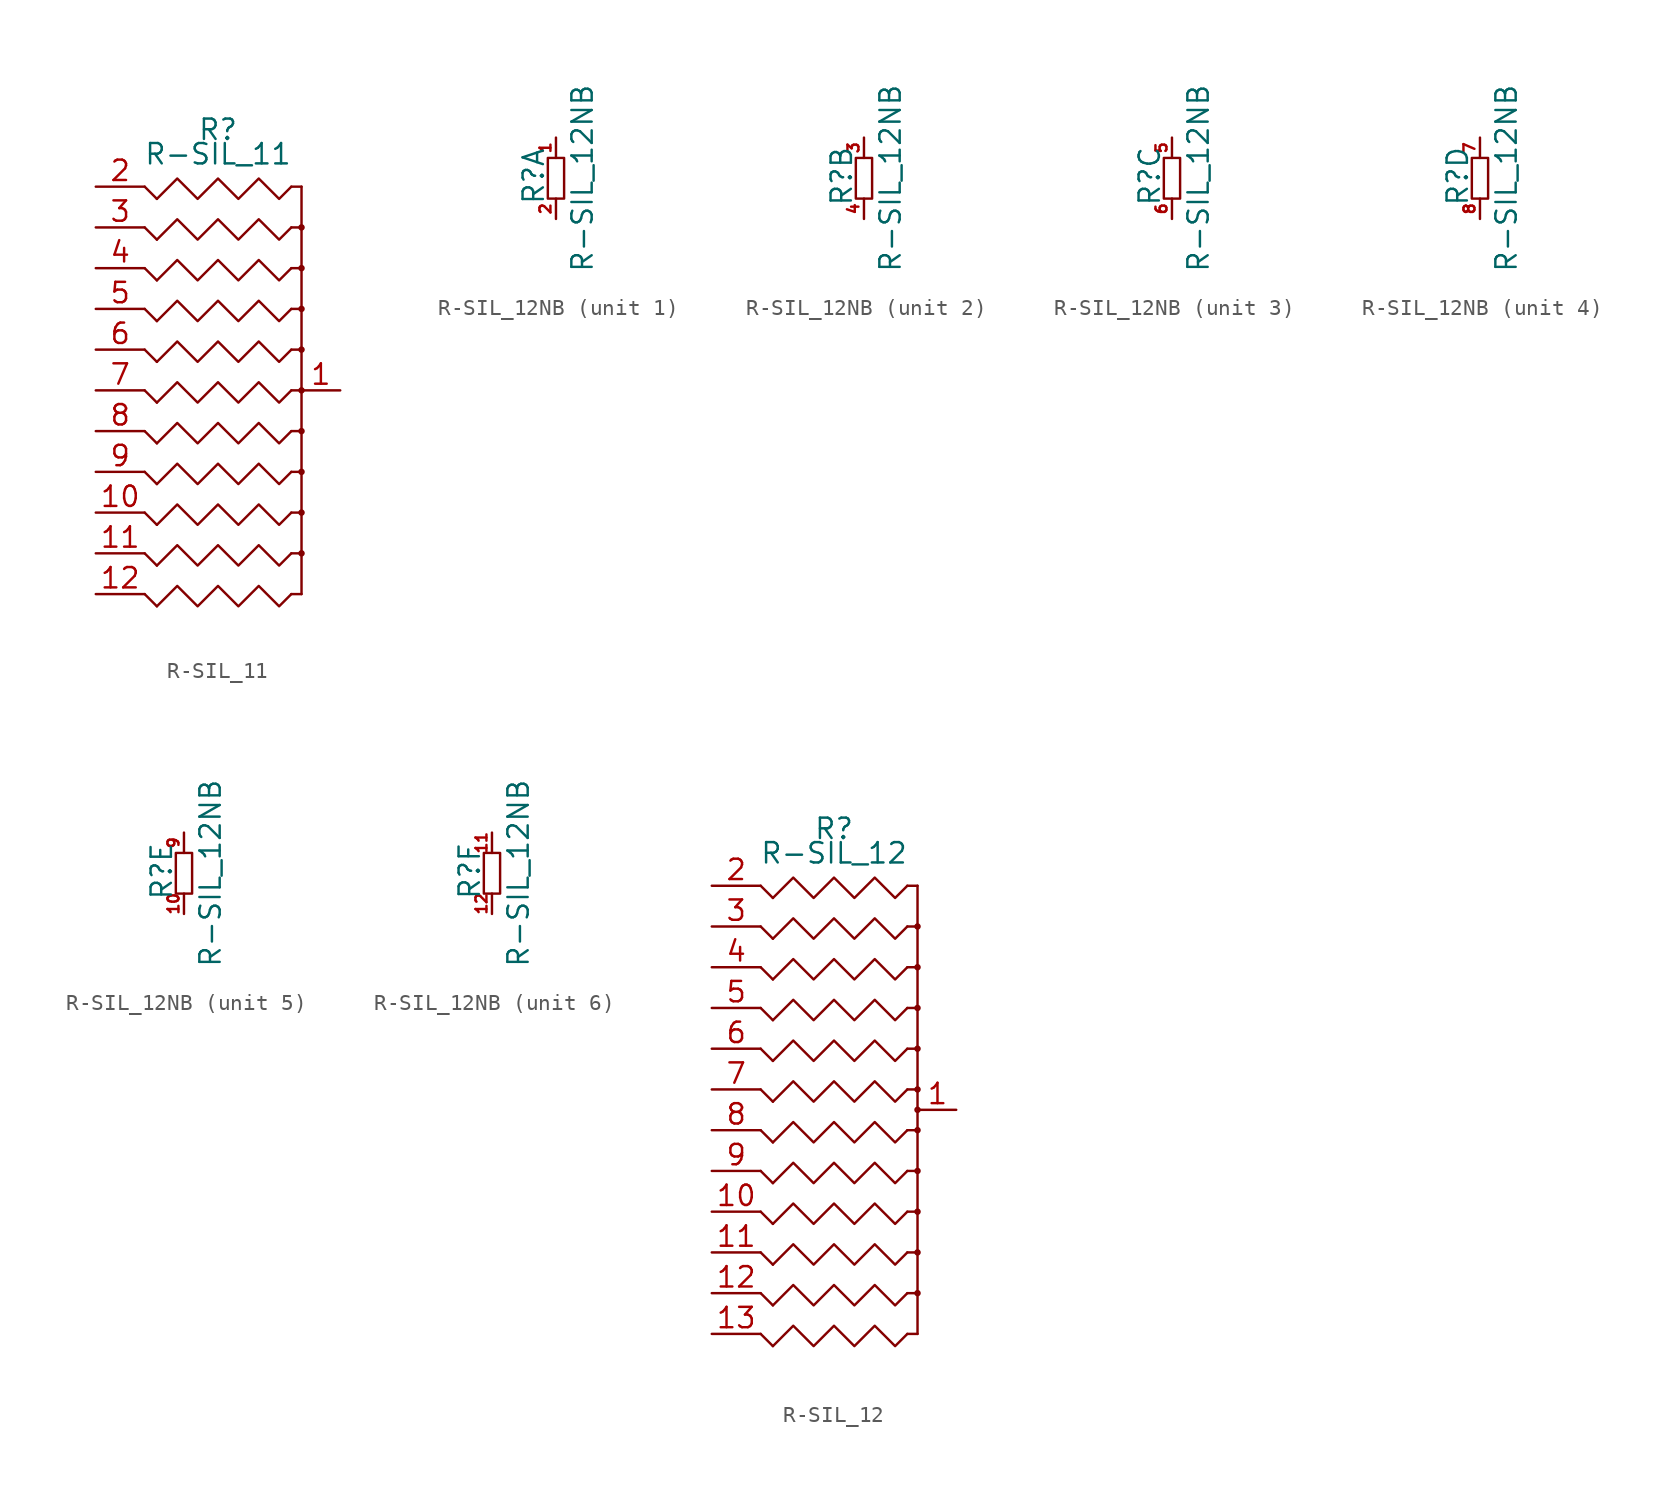
<source format=kicad_sym>
(kicad_symbol_lib
  (version 20220914)
  (generator kicad_symbol_editor)
  (symbol "R-SIL_11"
    (pin_names
      (offset 0) hide)
    (property "Reference" "R"
      (at 0 16.256 0)
      (effects (font (size 1.27 1.27))))
    (property "Value" "R-SIL_11"
      (at 0 14.732 0)
      (effects (font (size 1.27 1.27))))
    (property "Footprint" ""
      (at 0 0 0)
      (effects (font (size 1.524 1.524))))
    (property "Datasheet" ""
      (at 0 0 0)
      (effects (font (size 1.524 1.524))))
    (symbol "R-SIL_11_0_1"
      (polyline (pts (xy 5.207 -12.7) (xy 4.572 -12.7)) (stroke (width 0) (type solid)) (fill (type none)))
      (polyline (pts (xy 5.207 -12.7) (xy 5.207 12.7)) (stroke (width 0) (type solid)) (fill (type none)))
      (polyline (pts (xy 5.207 -10.16) (xy 4.572 -10.16)) (stroke (width 0) (type solid)) (fill (type none)))
      (polyline (pts (xy 5.207 -7.62) (xy 4.572 -7.62)) (stroke (width 0) (type solid)) (fill (type none)))
      (polyline (pts (xy 5.207 -5.08) (xy 4.572 -5.08)) (stroke (width 0) (type solid)) (fill (type none)))
      (polyline (pts (xy 5.207 5.08) (xy 4.572 5.08)) (stroke (width 0) (type solid)) (fill (type none)))
      (polyline (pts (xy 5.207 12.7) (xy 4.572 12.7)) (stroke (width 0) (type solid)) (fill (type none)))
      (polyline (pts (xy -3.81 -13.462) (xy -4.572 -12.7) (xy -4.572 -12.7)) (stroke (width 0) (type solid)) (fill (type none)))
      (polyline (pts (xy -3.81 -10.922) (xy -4.572 -10.16) (xy -4.572 -10.16)) (stroke (width 0) (type solid)) (fill (type none)))
      (polyline (pts (xy -3.81 -8.382) (xy -4.572 -7.62) (xy -4.572 -7.62)) (stroke (width 0) (type solid)) (fill (type none)))
      (polyline (pts (xy -3.81 -5.842) (xy -4.572 -5.08) (xy -4.572 -5.08)) (stroke (width 0) (type solid)) (fill (type none)))
      (polyline (pts (xy -3.81 -3.302) (xy -4.572 -2.54) (xy -4.572 -2.54)) (stroke (width 0) (type solid)) (fill (type none)))
      (polyline (pts (xy -3.81 -0.762) (xy -4.572 0) (xy -4.572 0)) (stroke (width 0) (type solid)) (fill (type none)))
      (polyline (pts (xy -3.81 1.778) (xy -4.572 2.54) (xy -4.572 2.54)) (stroke (width 0) (type solid)) (fill (type none)))
      (polyline (pts (xy -3.81 4.318) (xy -4.572 5.08) (xy -4.572 5.08)) (stroke (width 0) (type solid)) (fill (type none)))
      (polyline (pts (xy -3.81 6.858) (xy -4.572 7.62) (xy -4.572 7.62)) (stroke (width 0) (type solid)) (fill (type none)))
      (polyline (pts (xy -3.81 9.398) (xy -4.572 10.16) (xy -4.572 10.16)) (stroke (width 0) (type solid)) (fill (type none)))
      (polyline (pts (xy -3.81 11.938) (xy -4.572 12.7) (xy -4.572 12.7)) (stroke (width 0) (type solid)) (fill (type none)))
      (polyline (pts (xy 4.572 -2.54) (xy 5.207 -2.54) (xy 5.207 -2.54)) (stroke (width 0) (type solid)) (fill (type none)))
      (polyline (pts (xy 4.572 0) (xy 5.207 0) (xy 5.207 0)) (stroke (width 0) (type solid)) (fill (type none)))
      (polyline (pts (xy 4.572 2.54) (xy 5.207 2.54) (xy 5.207 2.54)) (stroke (width 0) (type solid)) (fill (type none)))
      (polyline (pts (xy 4.572 7.62) (xy 5.207 7.62) (xy 5.207 7.62)) (stroke (width 0) (type solid)) (fill (type none)))
      (polyline (pts (xy 4.572 10.16) (xy 5.207 10.16) (xy 5.207 10.16)) (stroke (width 0) (type solid)) (fill (type none)))
      (polyline (pts (xy -3.81 -13.462) (xy -2.54 -12.192) (xy -1.27 -13.462) (xy 0 -12.192) (xy 1.27 -13.462) (xy 2.54 -12.192) (xy 3.81 -13.462) (xy 4.572 -12.7) (xy 4.572 -12.7)) (stroke (width 0) (type solid)) (fill (type none)))
      (polyline (pts (xy -3.81 -10.922) (xy -2.54 -9.652) (xy -1.27 -10.922) (xy 0 -9.652) (xy 1.27 -10.922) (xy 2.54 -9.652) (xy 3.81 -10.922) (xy 4.572 -10.16) (xy 4.572 -10.16)) (stroke (width 0) (type solid)) (fill (type none)))
      (polyline (pts (xy -3.81 -8.382) (xy -2.54 -7.112) (xy -1.27 -8.382) (xy 0 -7.112) (xy 1.27 -8.382) (xy 2.54 -7.112) (xy 3.81 -8.382) (xy 4.572 -7.62) (xy 4.572 -7.62)) (stroke (width 0) (type solid)) (fill (type none)))
      (polyline (pts (xy -3.81 -5.842) (xy -2.54 -4.572) (xy -1.27 -5.842) (xy 0 -4.572) (xy 1.27 -5.842) (xy 2.54 -4.572) (xy 3.81 -5.842) (xy 4.572 -5.08) (xy 4.572 -5.08)) (stroke (width 0) (type solid)) (fill (type none)))
      (polyline (pts (xy -3.81 -3.302) (xy -2.54 -2.032) (xy -1.27 -3.302) (xy 0 -2.032) (xy 1.27 -3.302) (xy 2.54 -2.032) (xy 3.81 -3.302) (xy 4.572 -2.54) (xy 4.572 -2.54)) (stroke (width 0) (type solid)) (fill (type none)))
      (polyline (pts (xy -3.81 -0.762) (xy -2.54 0.508) (xy -1.27 -0.762) (xy 0 0.508) (xy 1.27 -0.762) (xy 2.54 0.508) (xy 3.81 -0.762) (xy 4.572 0) (xy 4.572 0)) (stroke (width 0) (type solid)) (fill (type none)))
      (polyline (pts (xy -3.81 1.778) (xy -2.54 3.048) (xy -1.27 1.778) (xy 0 3.048) (xy 1.27 1.778) (xy 2.54 3.048) (xy 3.81 1.778) (xy 4.572 2.54) (xy 4.572 2.54)) (stroke (width 0) (type solid)) (fill (type none)))
      (polyline (pts (xy -3.81 4.318) (xy -2.54 5.588) (xy -1.27 4.318) (xy 0 5.588) (xy 1.27 4.318) (xy 2.54 5.588) (xy 3.81 4.318) (xy 4.572 5.08) (xy 4.572 5.08)) (stroke (width 0) (type solid)) (fill (type none)))
      (polyline (pts (xy -3.81 6.858) (xy -2.54 8.128) (xy -1.27 6.858) (xy 0 8.128) (xy 1.27 6.858) (xy 2.54 8.128) (xy 3.81 6.858) (xy 4.572 7.62) (xy 4.572 7.62)) (stroke (width 0) (type solid)) (fill (type none)))
      (polyline (pts (xy -3.81 9.398) (xy -2.54 10.668) (xy -1.27 9.398) (xy 0 10.668) (xy 1.27 9.398) (xy 2.54 10.668) (xy 3.81 9.398) (xy 4.572 10.16) (xy 4.572 10.16)) (stroke (width 0) (type solid)) (fill (type none)))
      (polyline (pts (xy -3.81 11.938) (xy -2.54 13.208) (xy -1.27 11.938) (xy 0 13.208) (xy 1.27 11.938) (xy 2.54 13.208) (xy 3.81 11.938) (xy 4.572 12.7) (xy 4.572 12.7)) (stroke (width 0) (type solid)) (fill (type none)))
      (circle (center 5.207 -10.16) (radius 0.127) (stroke (width 0) (type solid)) (fill (type none)))
      (circle (center 5.207 -7.62) (radius 0.127) (stroke (width 0) (type solid)) (fill (type none)))
      (circle (center 5.207 -5.08) (radius 0.127) (stroke (width 0) (type solid)) (fill (type none)))
      (circle (center 5.207 -2.54) (radius 0.127) (stroke (width 0) (type solid)) (fill (type none)))
      (circle (center 5.207 0) (radius 0.127) (stroke (width 0) (type solid)) (fill (type none)))
      (circle (center 5.207 2.54) (radius 0.127) (stroke (width 0) (type solid)) (fill (type none)))
      (circle (center 5.207 5.08) (radius 0.127) (stroke (width 0) (type solid)) (fill (type none)))
      (circle (center 5.207 7.62) (radius 0.127) (stroke (width 0) (type solid)) (fill (type none)))
      (circle (center 5.207 10.16) (radius 0.127) (stroke (width 0) (type solid)) (fill (type none))))
    (symbol "R-SIL_11_1_1"
      (pin passive line (at 7.62 0 180) (length 2.413) (name "~" (effects (font (size 1.27 1.27)))) (number "1" (effects (font (size 1.27 1.27)))))
      (pin passive line (at -7.62 -7.62 0) (length 3.048) (name "~" (effects (font (size 1.27 1.27)))) (number "10" (effects (font (size 1.27 1.27)))))
      (pin passive line (at -7.62 -10.16 0) (length 3.048) (name "~" (effects (font (size 1.27 1.27)))) (number "11" (effects (font (size 1.27 1.27)))))
      (pin passive line (at -7.62 -12.7 0) (length 3.048) (name "~" (effects (font (size 1.27 1.27)))) (number "12" (effects (font (size 1.27 1.27)))))
      (pin passive line (at -7.62 12.7 0) (length 3.048) (name "~" (effects (font (size 1.27 1.27)))) (number "2" (effects (font (size 1.27 1.27)))))
      (pin passive line (at -7.62 10.16 0) (length 3.048) (name "~" (effects (font (size 1.27 1.27)))) (number "3" (effects (font (size 1.27 1.27)))))
      (pin passive line (at -7.62 7.62 0) (length 3.048) (name "~" (effects (font (size 1.27 1.27)))) (number "4" (effects (font (size 1.27 1.27)))))
      (pin passive line (at -7.62 5.08 0) (length 3.048) (name "~" (effects (font (size 1.27 1.27)))) (number "5" (effects (font (size 1.27 1.27)))))
      (pin passive line (at -7.62 2.54 0) (length 3.048) (name "~" (effects (font (size 1.27 1.27)))) (number "6" (effects (font (size 1.27 1.27)))))
      (pin passive line (at -7.62 0 0) (length 3.048) (name "~" (effects (font (size 1.27 1.27)))) (number "7" (effects (font (size 1.27 1.27)))))
      (pin passive line (at -7.62 -2.54 0) (length 3.048) (name "~" (effects (font (size 1.27 1.27)))) (number "8" (effects (font (size 1.27 1.27)))))
      (pin passive line (at -7.62 -5.08 0) (length 3.048) (name "~" (effects (font (size 1.27 1.27)))) (number "9" (effects (font (size 1.27 1.27)))))))
  (symbol "R-SIL_12NB"
    (pin_names
      (offset 0) hide)
    (property "Reference" "R"
      (at -1.397 0.127 90)
      (effects (font (size 1.27 1.27))))
    (property "Value" "R-SIL_12NB"
      (at 1.651 0 90)
      (effects (font (size 1.27 1.27))))
    (property "Footprint" ""
      (at 0 0 0)
      (effects (font (size 1.524 1.524))))
    (property "Datasheet" ""
      (at 0 0 0)
      (effects (font (size 1.524 1.524))))
    (symbol "R-SIL_12NB_0_1"
      (rectangle (start 0.508 1.27) (end -0.508 -1.27) (stroke (width 0) (type solid)) (fill (type none))))
    (symbol "R-SIL_12NB_1_1"
      (pin passive line (at 0 2.54 270) (length 1.27) (name "~" (effects (font (size 0.686 0.686)))) (number "1" (effects (font (size 0.686 0.686)))))
      (pin passive line (at 0 -2.54 90) (length 1.27) (name "~" (effects (font (size 1.524 1.524)))) (number "2" (effects (font (size 0.686 0.686))))))
    (symbol "R-SIL_12NB_2_1"
      (pin passive line (at 0 2.54 270) (length 1.27) (name "~" (effects (font (size 0.686 0.686)))) (number "3" (effects (font (size 0.686 0.686)))))
      (pin passive line (at 0 -2.54 90) (length 1.27) (name "~" (effects (font (size 1.524 1.524)))) (number "4" (effects (font (size 0.686 0.686))))))
    (symbol "R-SIL_12NB_3_1"
      (pin passive line (at 0 2.54 270) (length 1.27) (name "~" (effects (font (size 0.686 0.686)))) (number "5" (effects (font (size 0.686 0.686)))))
      (pin passive line (at 0 -2.54 90) (length 1.27) (name "~" (effects (font (size 1.524 1.524)))) (number "6" (effects (font (size 0.686 0.686))))))
    (symbol "R-SIL_12NB_4_1"
      (pin passive line (at 0 2.54 270) (length 1.27) (name "~" (effects (font (size 0.686 0.686)))) (number "7" (effects (font (size 0.686 0.686)))))
      (pin passive line (at 0 -2.54 90) (length 1.27) (name "~" (effects (font (size 1.524 1.524)))) (number "8" (effects (font (size 0.686 0.686))))))
    (symbol "R-SIL_12NB_5_1"
      (pin passive line (at 0 -2.54 90) (length 1.27) (name "~" (effects (font (size 1.524 1.524)))) (number "10" (effects (font (size 0.686 0.686)))))
      (pin passive line (at 0 2.54 270) (length 1.27) (name "~" (effects (font (size 0.686 0.686)))) (number "9" (effects (font (size 0.686 0.686))))))
    (symbol "R-SIL_12NB_6_1"
      (pin passive line (at 0 2.54 270) (length 1.27) (name "~" (effects (font (size 0.686 0.686)))) (number "11" (effects (font (size 0.686 0.686)))))
      (pin passive line (at 0 -2.54 90) (length 1.27) (name "~" (effects (font (size 1.524 1.524)))) (number "12" (effects (font (size 0.686 0.686)))))))
  (symbol "R-SIL_12"
    (pin_names
      (offset 0) hide)
    (property "Reference" "R"
      (at 0 17.526 0)
      (effects (font (size 1.27 1.27))))
    (property "Value" "R-SIL_12"
      (at 0 16.002 0)
      (effects (font (size 1.27 1.27))))
    (property "Footprint" ""
      (at 0 0 0)
      (effects (font (size 1.524 1.524))))
    (property "Datasheet" ""
      (at 0 0 0)
      (effects (font (size 1.524 1.524))))
    (symbol "R-SIL_12_0_1"
      (polyline (pts (xy 5.207 -13.97) (xy 4.572 -13.97)) (stroke (width 0) (type solid)) (fill (type none)))
      (polyline (pts (xy 5.207 -11.43) (xy 4.572 -11.43)) (stroke (width 0) (type solid)) (fill (type none)))
      (polyline (pts (xy 5.207 -8.89) (xy 4.572 -8.89)) (stroke (width 0) (type solid)) (fill (type none)))
      (polyline (pts (xy 5.207 -6.35) (xy 4.572 -6.35)) (stroke (width 0) (type solid)) (fill (type none)))
      (polyline (pts (xy 5.207 -3.81) (xy 4.572 -3.81)) (stroke (width 0) (type solid)) (fill (type none)))
      (polyline (pts (xy 5.207 6.35) (xy 4.572 6.35)) (stroke (width 0) (type solid)) (fill (type none)))
      (polyline (pts (xy 5.207 13.97) (xy 4.572 13.97)) (stroke (width 0) (type solid)) (fill (type none)))
      (polyline (pts (xy 5.207 13.97) (xy 5.207 -13.97)) (stroke (width 0) (type solid)) (fill (type none)))
      (polyline (pts (xy -3.81 -14.732) (xy -4.572 -13.97) (xy -4.572 -13.97)) (stroke (width 0) (type solid)) (fill (type none)))
      (polyline (pts (xy -3.81 -12.192) (xy -4.572 -11.43) (xy -4.572 -11.43)) (stroke (width 0) (type solid)) (fill (type none)))
      (polyline (pts (xy -3.81 -9.652) (xy -4.572 -8.89) (xy -4.572 -8.89)) (stroke (width 0) (type solid)) (fill (type none)))
      (polyline (pts (xy -3.81 -7.112) (xy -4.572 -6.35) (xy -4.572 -6.35)) (stroke (width 0) (type solid)) (fill (type none)))
      (polyline (pts (xy -3.81 -4.572) (xy -4.572 -3.81) (xy -4.572 -3.81)) (stroke (width 0) (type solid)) (fill (type none)))
      (polyline (pts (xy -3.81 -2.032) (xy -4.572 -1.27) (xy -4.572 -1.27)) (stroke (width 0) (type solid)) (fill (type none)))
      (polyline (pts (xy -3.81 0.508) (xy -4.572 1.27) (xy -4.572 1.27)) (stroke (width 0) (type solid)) (fill (type none)))
      (polyline (pts (xy -3.81 3.048) (xy -4.572 3.81) (xy -4.572 3.81)) (stroke (width 0) (type solid)) (fill (type none)))
      (polyline (pts (xy -3.81 5.588) (xy -4.572 6.35) (xy -4.572 6.35)) (stroke (width 0) (type solid)) (fill (type none)))
      (polyline (pts (xy -3.81 8.128) (xy -4.572 8.89) (xy -4.572 8.89)) (stroke (width 0) (type solid)) (fill (type none)))
      (polyline (pts (xy -3.81 10.668) (xy -4.572 11.43) (xy -4.572 11.43)) (stroke (width 0) (type solid)) (fill (type none)))
      (polyline (pts (xy -3.81 13.208) (xy -4.572 13.97) (xy -4.572 13.97)) (stroke (width 0) (type solid)) (fill (type none)))
      (polyline (pts (xy 4.572 -1.27) (xy 5.207 -1.27) (xy 5.207 -1.27)) (stroke (width 0) (type solid)) (fill (type none)))
      (polyline (pts (xy 4.572 1.27) (xy 5.207 1.27) (xy 5.207 1.27)) (stroke (width 0) (type solid)) (fill (type none)))
      (polyline (pts (xy 4.572 3.81) (xy 5.207 3.81) (xy 5.207 3.81)) (stroke (width 0) (type solid)) (fill (type none)))
      (polyline (pts (xy 4.572 8.89) (xy 5.207 8.89) (xy 5.207 8.89)) (stroke (width 0) (type solid)) (fill (type none)))
      (polyline (pts (xy 4.572 11.43) (xy 5.207 11.43) (xy 5.207 11.43)) (stroke (width 0) (type solid)) (fill (type none)))
      (polyline (pts (xy -3.81 -14.732) (xy -2.54 -13.462) (xy -1.27 -14.732) (xy 0 -13.462) (xy 1.27 -14.732) (xy 2.54 -13.462) (xy 3.81 -14.732) (xy 4.572 -13.97) (xy 4.572 -13.97)) (stroke (width 0) (type solid)) (fill (type none)))
      (polyline (pts (xy -3.81 -12.192) (xy -2.54 -10.922) (xy -1.27 -12.192) (xy 0 -10.922) (xy 1.27 -12.192) (xy 2.54 -10.922) (xy 3.81 -12.192) (xy 4.572 -11.43) (xy 4.572 -11.43)) (stroke (width 0) (type solid)) (fill (type none)))
      (polyline (pts (xy -3.81 -9.652) (xy -2.54 -8.382) (xy -1.27 -9.652) (xy 0 -8.382) (xy 1.27 -9.652) (xy 2.54 -8.382) (xy 3.81 -9.652) (xy 4.572 -8.89) (xy 4.572 -8.89)) (stroke (width 0) (type solid)) (fill (type none)))
      (polyline (pts (xy -3.81 -7.112) (xy -2.54 -5.842) (xy -1.27 -7.112) (xy 0 -5.842) (xy 1.27 -7.112) (xy 2.54 -5.842) (xy 3.81 -7.112) (xy 4.572 -6.35) (xy 4.572 -6.35)) (stroke (width 0) (type solid)) (fill (type none)))
      (polyline (pts (xy -3.81 -4.572) (xy -2.54 -3.302) (xy -1.27 -4.572) (xy 0 -3.302) (xy 1.27 -4.572) (xy 2.54 -3.302) (xy 3.81 -4.572) (xy 4.572 -3.81) (xy 4.572 -3.81)) (stroke (width 0) (type solid)) (fill (type none)))
      (polyline (pts (xy -3.81 -2.032) (xy -2.54 -0.762) (xy -1.27 -2.032) (xy 0 -0.762) (xy 1.27 -2.032) (xy 2.54 -0.762) (xy 3.81 -2.032) (xy 4.572 -1.27) (xy 4.572 -1.27)) (stroke (width 0) (type solid)) (fill (type none)))
      (polyline (pts (xy -3.81 0.508) (xy -2.54 1.778) (xy -1.27 0.508) (xy 0 1.778) (xy 1.27 0.508) (xy 2.54 1.778) (xy 3.81 0.508) (xy 4.572 1.27) (xy 4.572 1.27)) (stroke (width 0) (type solid)) (fill (type none)))
      (polyline (pts (xy -3.81 3.048) (xy -2.54 4.318) (xy -1.27 3.048) (xy 0 4.318) (xy 1.27 3.048) (xy 2.54 4.318) (xy 3.81 3.048) (xy 4.572 3.81) (xy 4.572 3.81)) (stroke (width 0) (type solid)) (fill (type none)))
      (polyline (pts (xy -3.81 5.588) (xy -2.54 6.858) (xy -1.27 5.588) (xy 0 6.858) (xy 1.27 5.588) (xy 2.54 6.858) (xy 3.81 5.588) (xy 4.572 6.35) (xy 4.572 6.35)) (stroke (width 0) (type solid)) (fill (type none)))
      (polyline (pts (xy -3.81 8.128) (xy -2.54 9.398) (xy -1.27 8.128) (xy 0 9.398) (xy 1.27 8.128) (xy 2.54 9.398) (xy 3.81 8.128) (xy 4.572 8.89) (xy 4.572 8.89)) (stroke (width 0) (type solid)) (fill (type none)))
      (polyline (pts (xy -3.81 10.668) (xy -2.54 11.938) (xy -1.27 10.668) (xy 0 11.938) (xy 1.27 10.668) (xy 2.54 11.938) (xy 3.81 10.668) (xy 4.572 11.43) (xy 4.572 11.43)) (stroke (width 0) (type solid)) (fill (type none)))
      (polyline (pts (xy -3.81 13.208) (xy -2.54 14.478) (xy -1.27 13.208) (xy 0 14.478) (xy 1.27 13.208) (xy 2.54 14.478) (xy 3.81 13.208) (xy 4.572 13.97) (xy 4.572 13.97)) (stroke (width 0) (type solid)) (fill (type none)))
      (circle (center 5.207 -11.43) (radius 0.127) (stroke (width 0) (type solid)) (fill (type none)))
      (circle (center 5.207 -8.89) (radius 0.127) (stroke (width 0) (type solid)) (fill (type none)))
      (circle (center 5.207 -6.35) (radius 0.127) (stroke (width 0) (type solid)) (fill (type none)))
      (circle (center 5.207 -3.81) (radius 0.127) (stroke (width 0) (type solid)) (fill (type none)))
      (circle (center 5.207 -1.27) (radius 0.127) (stroke (width 0) (type solid)) (fill (type none)))
      (circle (center 5.207 0) (radius 0.127) (stroke (width 0) (type solid)) (fill (type none)))
      (circle (center 5.207 1.27) (radius 0.127) (stroke (width 0) (type solid)) (fill (type none)))
      (circle (center 5.207 3.81) (radius 0.127) (stroke (width 0) (type solid)) (fill (type none)))
      (circle (center 5.207 6.35) (radius 0.127) (stroke (width 0) (type solid)) (fill (type none)))
      (circle (center 5.207 8.89) (radius 0.127) (stroke (width 0) (type solid)) (fill (type none)))
      (circle (center 5.207 11.43) (radius 0.127) (stroke (width 0) (type solid)) (fill (type none))))
    (symbol "R-SIL_12_1_1"
      (pin passive line (at 7.62 0 180) (length 2.337) (name "~" (effects (font (size 1.27 1.27)))) (number "1" (effects (font (size 1.27 1.27)))))
      (pin passive line (at -7.62 -6.35 0) (length 3.048) (name "~" (effects (font (size 1.27 1.27)))) (number "10" (effects (font (size 1.27 1.27)))))
      (pin passive line (at -7.62 -8.89 0) (length 3.048) (name "~" (effects (font (size 1.27 1.27)))) (number "11" (effects (font (size 1.27 1.27)))))
      (pin passive line (at -7.62 -11.43 0) (length 3.048) (name "~" (effects (font (size 1.27 1.27)))) (number "12" (effects (font (size 1.27 1.27)))))
      (pin passive line (at -7.62 -13.97 0) (length 3.048) (name "~" (effects (font (size 1.27 1.27)))) (number "13" (effects (font (size 1.27 1.27)))))
      (pin passive line (at -7.62 13.97 0) (length 3.048) (name "~" (effects (font (size 1.27 1.27)))) (number "2" (effects (font (size 1.27 1.27)))))
      (pin passive line (at -7.62 11.43 0) (length 3.048) (name "~" (effects (font (size 1.27 1.27)))) (number "3" (effects (font (size 1.27 1.27)))))
      (pin passive line (at -7.62 8.89 0) (length 3.048) (name "~" (effects (font (size 1.27 1.27)))) (number "4" (effects (font (size 1.27 1.27)))))
      (pin passive line (at -7.62 6.35 0) (length 3.048) (name "~" (effects (font (size 1.27 1.27)))) (number "5" (effects (font (size 1.27 1.27)))))
      (pin passive line (at -7.62 3.81 0) (length 3.048) (name "~" (effects (font (size 1.27 1.27)))) (number "6" (effects (font (size 1.27 1.27)))))
      (pin passive line (at -7.62 1.27 0) (length 3.048) (name "~" (effects (font (size 1.27 1.27)))) (number "7" (effects (font (size 1.27 1.27)))))
      (pin passive line (at -7.62 -1.27 0) (length 3.048) (name "~" (effects (font (size 1.27 1.27)))) (number "8" (effects (font (size 1.27 1.27)))))
      (pin passive line (at -7.62 -3.81 0) (length 3.048) (name "~" (effects (font (size 1.27 1.27)))) (number "9" (effects (font (size 1.27 1.27))))))))
</source>
